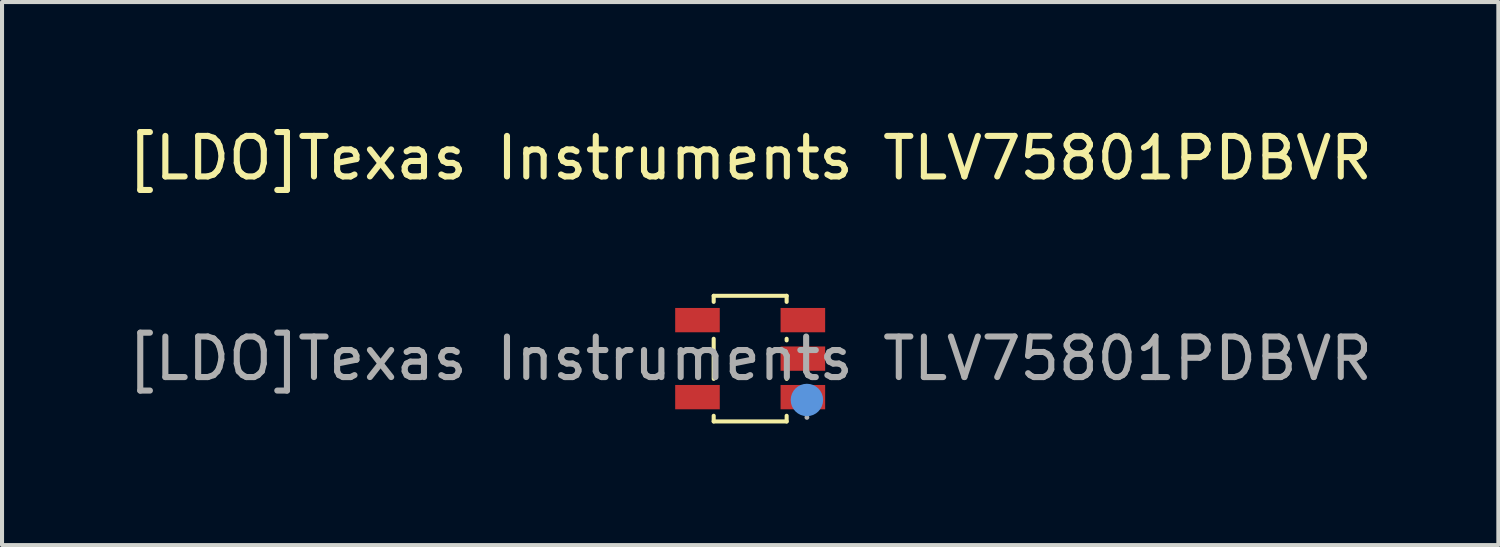
<source format=kicad_pcb>
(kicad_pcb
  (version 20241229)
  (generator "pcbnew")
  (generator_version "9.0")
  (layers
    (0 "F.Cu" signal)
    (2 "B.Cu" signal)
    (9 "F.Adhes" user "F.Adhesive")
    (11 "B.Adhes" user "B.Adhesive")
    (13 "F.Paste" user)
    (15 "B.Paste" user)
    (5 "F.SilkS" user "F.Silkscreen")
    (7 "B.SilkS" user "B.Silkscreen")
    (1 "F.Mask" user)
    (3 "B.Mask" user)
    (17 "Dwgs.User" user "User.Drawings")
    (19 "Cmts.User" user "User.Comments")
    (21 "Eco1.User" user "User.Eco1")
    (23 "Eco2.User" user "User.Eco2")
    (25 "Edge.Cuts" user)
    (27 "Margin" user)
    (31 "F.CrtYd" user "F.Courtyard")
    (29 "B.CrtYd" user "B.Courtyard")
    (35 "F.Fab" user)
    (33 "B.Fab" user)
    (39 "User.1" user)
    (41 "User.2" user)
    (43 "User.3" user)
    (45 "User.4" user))
  (footprint "[LDO]Texas Instruments TLV75801PDBVR"
    (layer "F.Cu")
    (at 15.458 5.798)
    (property "Reference" "[LDO]Texas Instruments TLV75801PDBVR" (at 0 -4.95 0) (layer "F.SilkS") (effects (font (size 1 1) (thickness 0.15))))
    (attr smd)
    (fp_line (start -0.9 -1.55) (end -0.9 -1.4) (stroke (width 0.1) (type solid)) (layer "F.SilkS"))
    (fp_line (start -0.9 -1.55) (end 0.9 -1.55) (stroke (width 0.1) (type solid)) (layer "F.SilkS"))
    (fp_line (start -0.9 -0.49) (end -0.9 0.5) (stroke (width 0.1) (type solid)) (layer "F.SilkS"))
    (fp_line (start -0.9 1.41) (end -0.9 1.55) (stroke (width 0.1) (type solid)) (layer "F.SilkS"))
    (fp_line (start -0.9 1.55) (end 0.9 1.55) (stroke (width 0.1) (type solid)) (layer "F.SilkS"))
    (fp_line (start 0.9 -1.55) (end 0.9 -1.4) (stroke (width 0.1) (type solid)) (layer "F.SilkS"))
    (fp_line (start 0.9 -0.49) (end 0.9 -0.45) (stroke (width 0.1) (type solid)) (layer "F.SilkS"))
    (fp_line (start 0.9 0.46) (end 0.9 0.5) (stroke (width 0.1) (type solid)) (layer "F.SilkS"))
    (fp_line (start 0.9 1.41) (end 0.9 1.55) (stroke (width 0.1) (type solid)) (layer "F.SilkS"))
    (fp_circle (center 1.4 1.02) (end 1.6 1.02) (stroke (width 0.4) (type solid)) (fill no) (layer "Cmts.User"))
    (fp_circle (center 1.4 1.45) (end 1.43 1.45) (stroke (width 0.06) (type solid)) (fill no) (layer "F.Fab"))
    (fp_text user "${REFERENCE}" (at 0 0 0) (layer "F.Fab") (effects (font (size 1 1) (thickness 0.15))))
    (pad "1" smd rect (at 1.3 0.95) (size 1.1 0.6) (layers "F.Cu" "F.Mask" "F.Paste"))
    (pad "2" smd rect (at 1.3 0) (size 1.1 0.6) (layers "F.Cu" "F.Mask" "F.Paste"))
    (pad "3" smd rect (at 1.3 -0.95) (size 1.1 0.6) (layers "F.Cu" "F.Mask" "F.Paste"))
    (pad "4" smd rect (at -1.3 -0.95) (size 1.1 0.6) (layers "F.Cu" "F.Mask" "F.Paste"))
    (pad "5" smd rect (at -1.3 0.95) (size 1.1 0.6) (layers "F.Cu" "F.Mask" "F.Paste")))
  (gr_rect
    (start -3 -3)
    (end 33.917 10.398)
    (stroke (width 0.1) (type default))
    (fill no)
    (layer "Edge.Cuts")))
</source>
